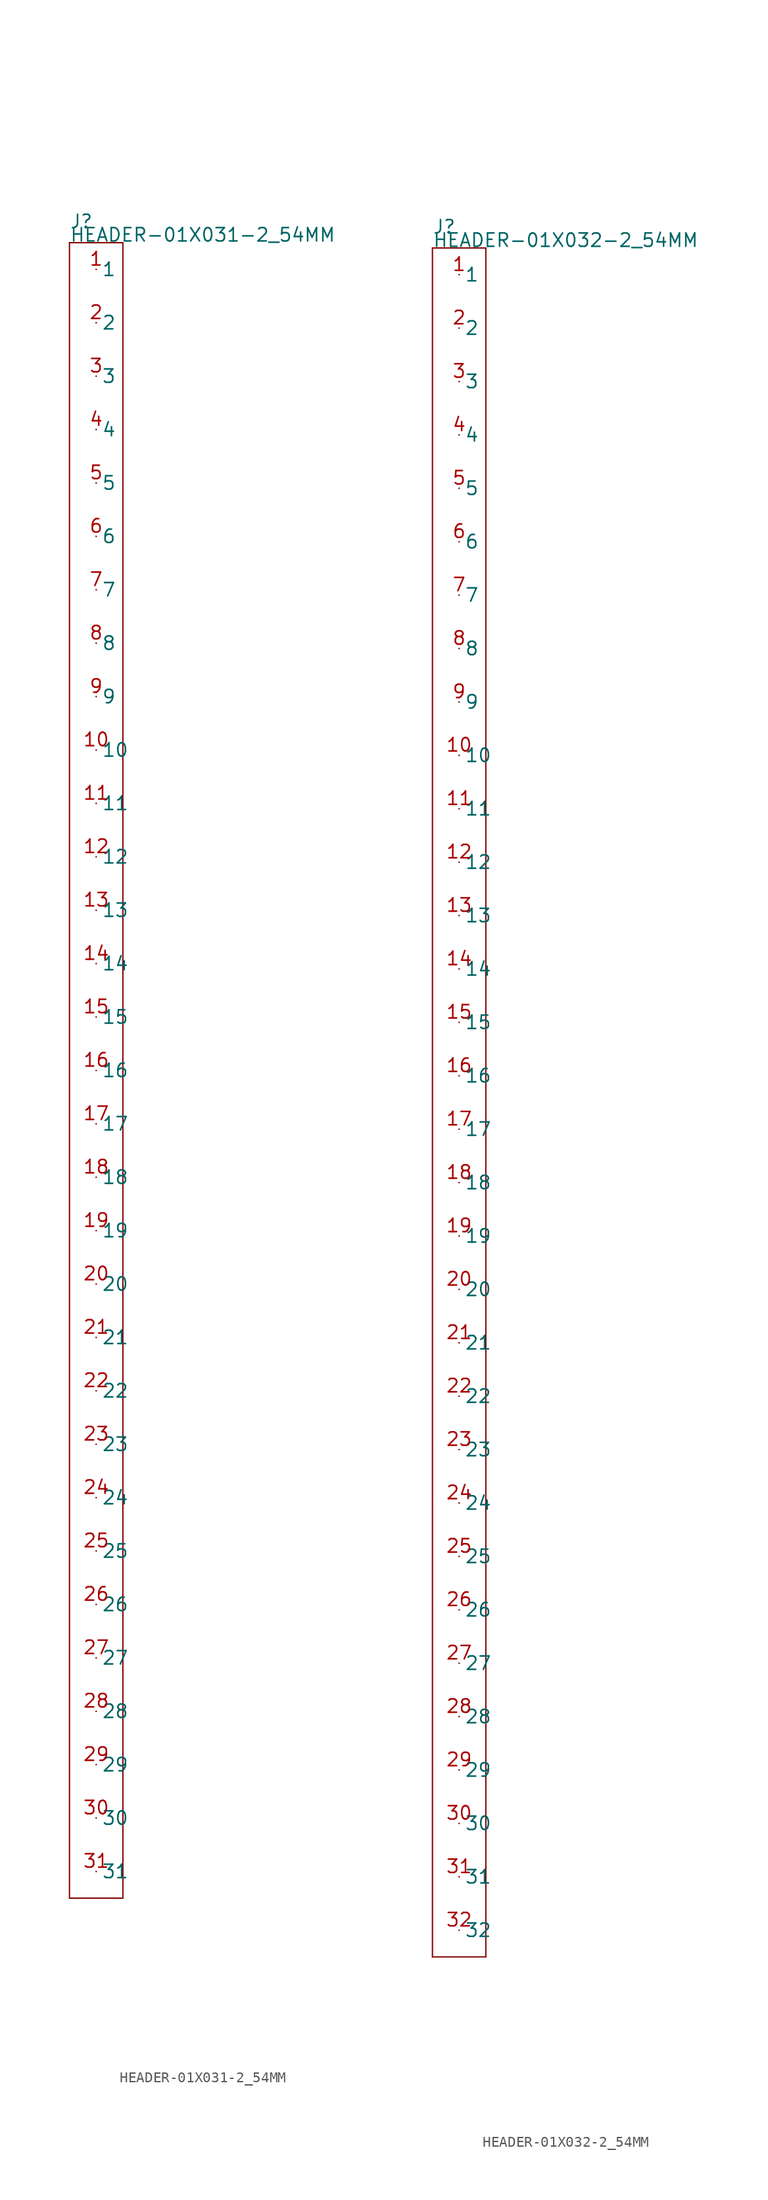
<source format=kicad_sym>
(kicad_symbol_lib
  (version 20211014)
  (generator kicad_symbol_editor)
  (symbol "HEADER-01X031-2_54MM"
    (pin_names)
    (property "Reference" "J"
      (at -2.54 80.01 0)
      (effects (font (size 1.27 1.27)) (justify left bottom)))
    (property "Value" "HEADER-01X031-2_54MM"
      (at -2.54 78.74 0)
      (effects (font (size 1.27 1.27)) (justify left bottom)))
    (property "Datasheet" ""
      (at 0 0 0))
    (property "ki_description" "Header 1x31  - Header Vertical 31POS 2.54MM Technical Specifications: Pitch: 0.1\" (2.54mm) "
      (at 0 0 0))
    (property "ki_fp_filters" "FlashPCB_Connectors:HEADER-THT-01X031-2_54MM FlashPCB_Connectors:HEADER-THT-LONG-01X031-2_54MM FlashPCB_Connectors:HEADER-THT-NOSILK-01X031-2_54MM FlashPCB_Connectors:HEADER-THT-LONG-NOSILK-01X031-2_54MM"
      (at 0 0 0))
    (symbol "HEADER-01X031-2_54MM_1_1"
      (polyline (pts (xy -2.54 78.74) (xy 2.54 78.74)) (stroke (width 0.127)) (fill (type none)))
      (polyline (pts (xy 2.54 78.74) (xy 2.54 -78.74)) (stroke (width 0.127)) (fill (type none)))
      (polyline (pts (xy 2.54 -78.74) (xy -2.54 -78.74)) (stroke (width 0.127)) (fill (type none)))
      (polyline (pts (xy -2.54 -78.74) (xy -2.54 78.74)) (stroke (width 0.127)) (fill (type none)))
      (pin bidirectional line (at 0 76.2 0) (length 0) (name "1" (effects (font (size 1.27 1.27)))) (number "1" (effects (font (size 1.27 1.27)))))
      (pin bidirectional line (at 0 71.12 0) (length 0) (name "2" (effects (font (size 1.27 1.27)))) (number "2" (effects (font (size 1.27 1.27)))))
      (pin bidirectional line (at 0 66.04 0) (length 0) (name "3" (effects (font (size 1.27 1.27)))) (number "3" (effects (font (size 1.27 1.27)))))
      (pin bidirectional line (at 0 60.96 0) (length 0) (name "4" (effects (font (size 1.27 1.27)))) (number "4" (effects (font (size 1.27 1.27)))))
      (pin bidirectional line (at 0 55.88 0) (length 0) (name "5" (effects (font (size 1.27 1.27)))) (number "5" (effects (font (size 1.27 1.27)))))
      (pin bidirectional line (at 0 50.8 0) (length 0) (name "6" (effects (font (size 1.27 1.27)))) (number "6" (effects (font (size 1.27 1.27)))))
      (pin bidirectional line (at 0 45.72 0) (length 0) (name "7" (effects (font (size 1.27 1.27)))) (number "7" (effects (font (size 1.27 1.27)))))
      (pin bidirectional line (at 0 40.64 0) (length 0) (name "8" (effects (font (size 1.27 1.27)))) (number "8" (effects (font (size 1.27 1.27)))))
      (pin bidirectional line (at 0 35.56 0) (length 0) (name "9" (effects (font (size 1.27 1.27)))) (number "9" (effects (font (size 1.27 1.27)))))
      (pin bidirectional line (at 0 30.48 0) (length 0) (name "10" (effects (font (size 1.27 1.27)))) (number "10" (effects (font (size 1.27 1.27)))))
      (pin bidirectional line (at 0 25.4 0) (length 0) (name "11" (effects (font (size 1.27 1.27)))) (number "11" (effects (font (size 1.27 1.27)))))
      (pin bidirectional line (at 0 20.32 0) (length 0) (name "12" (effects (font (size 1.27 1.27)))) (number "12" (effects (font (size 1.27 1.27)))))
      (pin bidirectional line (at 0 15.24 0) (length 0) (name "13" (effects (font (size 1.27 1.27)))) (number "13" (effects (font (size 1.27 1.27)))))
      (pin bidirectional line (at 0 10.16 0) (length 0) (name "14" (effects (font (size 1.27 1.27)))) (number "14" (effects (font (size 1.27 1.27)))))
      (pin bidirectional line (at 0 5.08 0) (length 0) (name "15" (effects (font (size 1.27 1.27)))) (number "15" (effects (font (size 1.27 1.27)))))
      (pin bidirectional line (at 0 0 0) (length 0) (name "16" (effects (font (size 1.27 1.27)))) (number "16" (effects (font (size 1.27 1.27)))))
      (pin bidirectional line (at 0 -5.08 0) (length 0) (name "17" (effects (font (size 1.27 1.27)))) (number "17" (effects (font (size 1.27 1.27)))))
      (pin bidirectional line (at 0 -10.16 0) (length 0) (name "18" (effects (font (size 1.27 1.27)))) (number "18" (effects (font (size 1.27 1.27)))))
      (pin bidirectional line (at 0 -15.24 0) (length 0) (name "19" (effects (font (size 1.27 1.27)))) (number "19" (effects (font (size 1.27 1.27)))))
      (pin bidirectional line (at 0 -20.32 0) (length 0) (name "20" (effects (font (size 1.27 1.27)))) (number "20" (effects (font (size 1.27 1.27)))))
      (pin bidirectional line (at 0 -25.4 0) (length 0) (name "21" (effects (font (size 1.27 1.27)))) (number "21" (effects (font (size 1.27 1.27)))))
      (pin bidirectional line (at 0 -30.48 0) (length 0) (name "22" (effects (font (size 1.27 1.27)))) (number "22" (effects (font (size 1.27 1.27)))))
      (pin bidirectional line (at 0 -35.56 0) (length 0) (name "23" (effects (font (size 1.27 1.27)))) (number "23" (effects (font (size 1.27 1.27)))))
      (pin bidirectional line (at 0 -40.64 0) (length 0) (name "24" (effects (font (size 1.27 1.27)))) (number "24" (effects (font (size 1.27 1.27)))))
      (pin bidirectional line (at 0 -45.72 0) (length 0) (name "25" (effects (font (size 1.27 1.27)))) (number "25" (effects (font (size 1.27 1.27)))))
      (pin bidirectional line (at 0 -50.8 0) (length 0) (name "26" (effects (font (size 1.27 1.27)))) (number "26" (effects (font (size 1.27 1.27)))))
      (pin bidirectional line (at 0 -55.88 0) (length 0) (name "27" (effects (font (size 1.27 1.27)))) (number "27" (effects (font (size 1.27 1.27)))))
      (pin bidirectional line (at 0 -60.96 0) (length 0) (name "28" (effects (font (size 1.27 1.27)))) (number "28" (effects (font (size 1.27 1.27)))))
      (pin bidirectional line (at 0 -66.04 0) (length 0) (name "29" (effects (font (size 1.27 1.27)))) (number "29" (effects (font (size 1.27 1.27)))))
      (pin bidirectional line (at 0 -71.12 0) (length 0) (name "30" (effects (font (size 1.27 1.27)))) (number "30" (effects (font (size 1.27 1.27)))))
      (pin bidirectional line (at 0 -76.2 0) (length 0) (name "31" (effects (font (size 1.27 1.27)))) (number "31" (effects (font (size 1.27 1.27)))))))
  (symbol "HEADER-01X032-2_54MM"
    (pin_names)
    (property "Reference" "J"
      (at -2.54 82.55 0)
      (effects (font (size 1.27 1.27)) (justify left bottom)))
    (property "Value" "HEADER-01X032-2_54MM"
      (at -2.54 81.28 0)
      (effects (font (size 1.27 1.27)) (justify left bottom)))
    (property "Datasheet" ""
      (at 0 0 0))
    (property "ki_description" "Header 1x32  - Header Vertical 32POS 2.54MM Technical Specifications: Pitch: 0.1\" (2.54mm) "
      (at 0 0 0))
    (property "ki_fp_filters" "FlashPCB_Connectors:HEADER-THT-01X032-2_54MM FlashPCB_Connectors:HEADER-THT-LONG-01X032-2_54MM FlashPCB_Connectors:HEADER-THT-NOSILK-01X032-2_54MM FlashPCB_Connectors:HEADER-THT-LONG-NOSILK-01X032-2_54MM"
      (at 0 0 0))
    (symbol "HEADER-01X032-2_54MM_1_1"
      (polyline (pts (xy -2.54 81.28) (xy 2.54 81.28)) (stroke (width 0.127)) (fill (type none)))
      (polyline (pts (xy 2.54 81.28) (xy 2.54 -81.28)) (stroke (width 0.127)) (fill (type none)))
      (polyline (pts (xy 2.54 -81.28) (xy -2.54 -81.28)) (stroke (width 0.127)) (fill (type none)))
      (polyline (pts (xy -2.54 -81.28) (xy -2.54 81.28)) (stroke (width 0.127)) (fill (type none)))
      (pin bidirectional line (at 0 78.74 0) (length 0) (name "1" (effects (font (size 1.27 1.27)))) (number "1" (effects (font (size 1.27 1.27)))))
      (pin bidirectional line (at 0 73.66 0) (length 0) (name "2" (effects (font (size 1.27 1.27)))) (number "2" (effects (font (size 1.27 1.27)))))
      (pin bidirectional line (at 0 68.58 0) (length 0) (name "3" (effects (font (size 1.27 1.27)))) (number "3" (effects (font (size 1.27 1.27)))))
      (pin bidirectional line (at 0 63.5 0) (length 0) (name "4" (effects (font (size 1.27 1.27)))) (number "4" (effects (font (size 1.27 1.27)))))
      (pin bidirectional line (at 0 58.42 0) (length 0) (name "5" (effects (font (size 1.27 1.27)))) (number "5" (effects (font (size 1.27 1.27)))))
      (pin bidirectional line (at 0 53.34 0) (length 0) (name "6" (effects (font (size 1.27 1.27)))) (number "6" (effects (font (size 1.27 1.27)))))
      (pin bidirectional line (at 0 48.26 0) (length 0) (name "7" (effects (font (size 1.27 1.27)))) (number "7" (effects (font (size 1.27 1.27)))))
      (pin bidirectional line (at 0 43.18 0) (length 0) (name "8" (effects (font (size 1.27 1.27)))) (number "8" (effects (font (size 1.27 1.27)))))
      (pin bidirectional line (at 0 38.1 0) (length 0) (name "9" (effects (font (size 1.27 1.27)))) (number "9" (effects (font (size 1.27 1.27)))))
      (pin bidirectional line (at 0 33.02 0) (length 0) (name "10" (effects (font (size 1.27 1.27)))) (number "10" (effects (font (size 1.27 1.27)))))
      (pin bidirectional line (at 0 27.94 0) (length 0) (name "11" (effects (font (size 1.27 1.27)))) (number "11" (effects (font (size 1.27 1.27)))))
      (pin bidirectional line (at 0 22.86 0) (length 0) (name "12" (effects (font (size 1.27 1.27)))) (number "12" (effects (font (size 1.27 1.27)))))
      (pin bidirectional line (at 0 17.78 0) (length 0) (name "13" (effects (font (size 1.27 1.27)))) (number "13" (effects (font (size 1.27 1.27)))))
      (pin bidirectional line (at 0 12.7 0) (length 0) (name "14" (effects (font (size 1.27 1.27)))) (number "14" (effects (font (size 1.27 1.27)))))
      (pin bidirectional line (at 0 7.62 0) (length 0) (name "15" (effects (font (size 1.27 1.27)))) (number "15" (effects (font (size 1.27 1.27)))))
      (pin bidirectional line (at 0 2.54 0) (length 0) (name "16" (effects (font (size 1.27 1.27)))) (number "16" (effects (font (size 1.27 1.27)))))
      (pin bidirectional line (at 0 -2.54 0) (length 0) (name "17" (effects (font (size 1.27 1.27)))) (number "17" (effects (font (size 1.27 1.27)))))
      (pin bidirectional line (at 0 -7.62 0) (length 0) (name "18" (effects (font (size 1.27 1.27)))) (number "18" (effects (font (size 1.27 1.27)))))
      (pin bidirectional line (at 0 -12.7 0) (length 0) (name "19" (effects (font (size 1.27 1.27)))) (number "19" (effects (font (size 1.27 1.27)))))
      (pin bidirectional line (at 0 -17.78 0) (length 0) (name "20" (effects (font (size 1.27 1.27)))) (number "20" (effects (font (size 1.27 1.27)))))
      (pin bidirectional line (at 0 -22.86 0) (length 0) (name "21" (effects (font (size 1.27 1.27)))) (number "21" (effects (font (size 1.27 1.27)))))
      (pin bidirectional line (at 0 -27.94 0) (length 0) (name "22" (effects (font (size 1.27 1.27)))) (number "22" (effects (font (size 1.27 1.27)))))
      (pin bidirectional line (at 0 -33.02 0) (length 0) (name "23" (effects (font (size 1.27 1.27)))) (number "23" (effects (font (size 1.27 1.27)))))
      (pin bidirectional line (at 0 -38.1 0) (length 0) (name "24" (effects (font (size 1.27 1.27)))) (number "24" (effects (font (size 1.27 1.27)))))
      (pin bidirectional line (at 0 -43.18 0) (length 0) (name "25" (effects (font (size 1.27 1.27)))) (number "25" (effects (font (size 1.27 1.27)))))
      (pin bidirectional line (at 0 -48.26 0) (length 0) (name "26" (effects (font (size 1.27 1.27)))) (number "26" (effects (font (size 1.27 1.27)))))
      (pin bidirectional line (at 0 -53.34 0) (length 0) (name "27" (effects (font (size 1.27 1.27)))) (number "27" (effects (font (size 1.27 1.27)))))
      (pin bidirectional line (at 0 -58.42 0) (length 0) (name "28" (effects (font (size 1.27 1.27)))) (number "28" (effects (font (size 1.27 1.27)))))
      (pin bidirectional line (at 0 -63.5 0) (length 0) (name "29" (effects (font (size 1.27 1.27)))) (number "29" (effects (font (size 1.27 1.27)))))
      (pin bidirectional line (at 0 -68.58 0) (length 0) (name "30" (effects (font (size 1.27 1.27)))) (number "30" (effects (font (size 1.27 1.27)))))
      (pin bidirectional line (at 0 -73.66 0) (length 0) (name "31" (effects (font (size 1.27 1.27)))) (number "31" (effects (font (size 1.27 1.27)))))
      (pin bidirectional line (at 0 -78.74 0) (length 0) (name "32" (effects (font (size 1.27 1.27)))) (number "32" (effects (font (size 1.27 1.27))))))))
</source>
